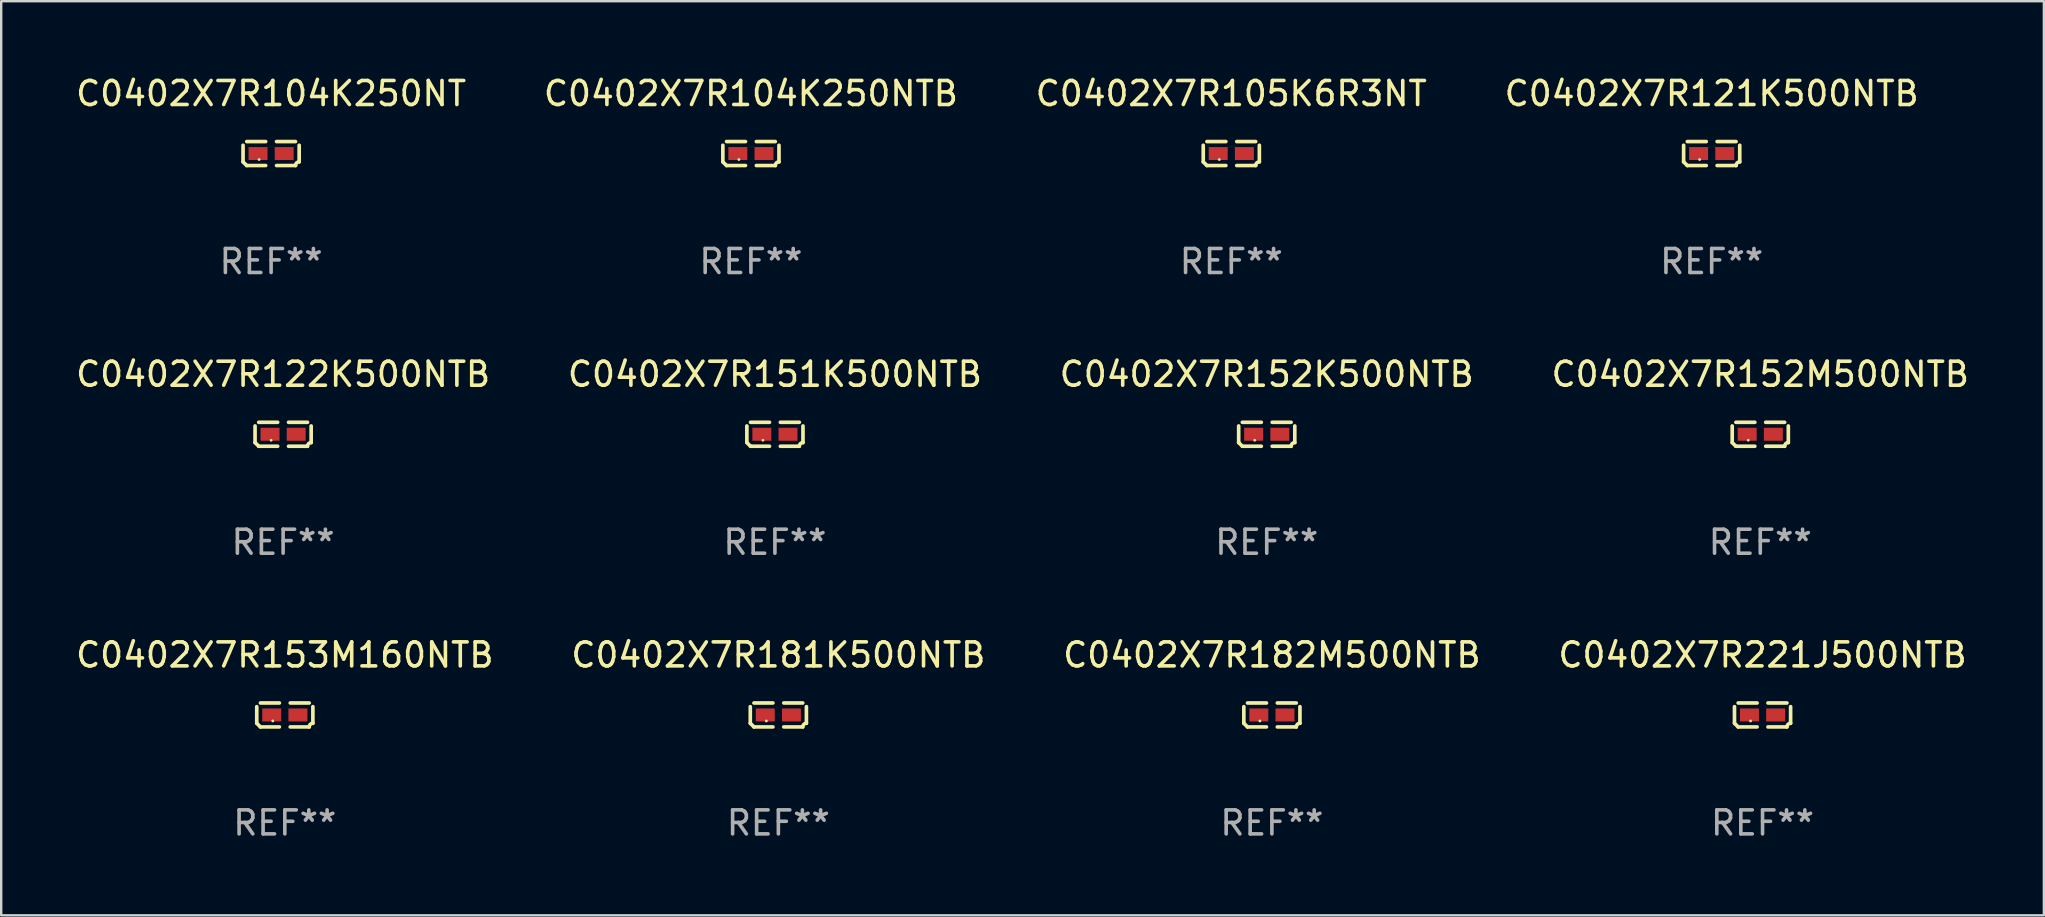
<source format=kicad_pcb>
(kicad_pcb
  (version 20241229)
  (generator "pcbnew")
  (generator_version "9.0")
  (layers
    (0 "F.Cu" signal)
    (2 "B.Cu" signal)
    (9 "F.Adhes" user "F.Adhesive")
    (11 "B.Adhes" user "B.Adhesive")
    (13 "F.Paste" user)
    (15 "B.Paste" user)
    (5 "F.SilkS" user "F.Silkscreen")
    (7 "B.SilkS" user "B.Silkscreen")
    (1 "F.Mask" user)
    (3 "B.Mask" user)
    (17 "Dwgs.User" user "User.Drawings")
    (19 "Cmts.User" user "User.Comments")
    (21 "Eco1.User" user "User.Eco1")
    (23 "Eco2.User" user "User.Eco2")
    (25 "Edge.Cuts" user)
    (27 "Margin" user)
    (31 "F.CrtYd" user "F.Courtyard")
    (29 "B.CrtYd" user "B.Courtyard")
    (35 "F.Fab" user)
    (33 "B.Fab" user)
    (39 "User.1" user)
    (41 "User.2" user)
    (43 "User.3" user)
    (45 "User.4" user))
  (footprint "C0402X7R182M500NTB"
    (layer "F.Cu")
    (at 49.935 26.734)
    (property "Reference" "C0402X7R182M500NTB" (at 0 -2.499 0) (layer "F.SilkS") (effects (font (size 1 1) (thickness 0.15))))
    (attr through_hole)
    (fp_line (start -1.169 0.346) (end -1.169 -0.346) (stroke (width 0.152) (type solid)) (layer "F.SilkS"))
    (fp_line (start -1.016 -0.499) (end -0.226 -0.499) (stroke (width 0.152) (type solid)) (layer "F.SilkS"))
    (fp_line (start -0.226 0.499) (end -1.016 0.499) (stroke (width 0.152) (type solid)) (layer "F.SilkS"))
    (fp_line (start 0.226 0.499) (end 1.016 0.499) (stroke (width 0.152) (type solid)) (layer "F.SilkS"))
    (fp_line (start 1.016 -0.499) (end 0.226 -0.499) (stroke (width 0.152) (type solid)) (layer "F.SilkS"))
    (fp_line (start 1.169 0.346) (end 1.169 -0.346) (stroke (width 0.152) (type solid)) (layer "F.SilkS"))
    (fp_arc (start -1.016307 0.498603) (mid -1.092512 0.422405) (end -1.16871 0.3462) (stroke (width 0.1524) (type solid)) (layer "F.SilkS"))
    (fp_arc (start 1.016307 0.498603) (mid 1.060899 0.390758) (end 1.168707 0.346076) (stroke (width 0.1524) (type solid)) (layer "F.SilkS"))
    (fp_circle (center -0.5 0.25) (end -0.47 0.25) (stroke (width 0.06) (type solid)) (fill no) (layer "F.SilkS"))
    (fp_text user "REF**" (at 0 4.499 0) (layer "F.Fab") (effects (font (size 1 1) (thickness 0.15))))
    (pad "1" smd rect (at -0.545 0) (size 0.79 0.54) (layers "F.Cu" "F.Mask" "F.Paste"))
    (pad "2" smd rect (at 0.545 0) (size 0.79 0.54) (layers "F.Cu" "F.Mask" "F.Paste")))
  (footprint "C0402X7R181K500NTB"
    (layer "F.Cu")
    (at 29.375 26.734)
    (property "Reference" "C0402X7R181K500NTB" (at 0 -2.499 0) (layer "F.SilkS") (effects (font (size 1 1) (thickness 0.15))))
    (attr through_hole)
    (fp_line (start -1.169 0.346) (end -1.169 -0.346) (stroke (width 0.152) (type solid)) (layer "F.SilkS"))
    (fp_line (start -1.016 -0.499) (end -0.226 -0.499) (stroke (width 0.152) (type solid)) (layer "F.SilkS"))
    (fp_line (start -0.226 0.499) (end -1.016 0.499) (stroke (width 0.152) (type solid)) (layer "F.SilkS"))
    (fp_line (start 0.226 0.499) (end 1.016 0.499) (stroke (width 0.152) (type solid)) (layer "F.SilkS"))
    (fp_line (start 1.016 -0.499) (end 0.226 -0.499) (stroke (width 0.152) (type solid)) (layer "F.SilkS"))
    (fp_line (start 1.169 0.346) (end 1.169 -0.346) (stroke (width 0.152) (type solid)) (layer "F.SilkS"))
    (fp_arc (start -1.016307 0.498603) (mid -1.092512 0.422405) (end -1.16871 0.3462) (stroke (width 0.1524) (type solid)) (layer "F.SilkS"))
    (fp_arc (start 1.016307 0.498603) (mid 1.060899 0.390758) (end 1.168707 0.346076) (stroke (width 0.1524) (type solid)) (layer "F.SilkS"))
    (fp_circle (center -0.5 0.25) (end -0.47 0.25) (stroke (width 0.06) (type solid)) (fill no) (layer "F.SilkS"))
    (fp_text user "REF**" (at 0 4.499 0) (layer "F.Fab") (effects (font (size 1 1) (thickness 0.15))))
    (pad "1" smd rect (at -0.545 0) (size 0.79 0.54) (layers "F.Cu" "F.Mask" "F.Paste"))
    (pad "2" smd rect (at 0.545 0) (size 0.79 0.54) (layers "F.Cu" "F.Mask" "F.Paste")))
  (footprint "C0402X7R121K500NTB"
    (layer "F.Cu")
    (at 68.256 3.347)
    (property "Reference" "C0402X7R121K500NTB" (at 0 -2.499 0) (layer "F.SilkS") (effects (font (size 1 1) (thickness 0.15))))
    (attr through_hole)
    (fp_line (start -1.169 0.346) (end -1.169 -0.346) (stroke (width 0.152) (type solid)) (layer "F.SilkS"))
    (fp_line (start -1.016 -0.499) (end -0.226 -0.499) (stroke (width 0.152) (type solid)) (layer "F.SilkS"))
    (fp_line (start -0.226 0.499) (end -1.016 0.499) (stroke (width 0.152) (type solid)) (layer "F.SilkS"))
    (fp_line (start 0.226 0.499) (end 1.016 0.499) (stroke (width 0.152) (type solid)) (layer "F.SilkS"))
    (fp_line (start 1.016 -0.499) (end 0.226 -0.499) (stroke (width 0.152) (type solid)) (layer "F.SilkS"))
    (fp_line (start 1.169 0.346) (end 1.169 -0.346) (stroke (width 0.152) (type solid)) (layer "F.SilkS"))
    (fp_arc (start -1.016307 0.498603) (mid -1.092512 0.422405) (end -1.16871 0.3462) (stroke (width 0.1524) (type solid)) (layer "F.SilkS"))
    (fp_arc (start 1.016307 0.498603) (mid 1.060899 0.390758) (end 1.168707 0.346076) (stroke (width 0.1524) (type solid)) (layer "F.SilkS"))
    (fp_circle (center -0.5 0.25) (end -0.47 0.25) (stroke (width 0.06) (type solid)) (fill no) (layer "F.SilkS"))
    (fp_text user "REF**" (at 0 4.499 0) (layer "F.Fab") (effects (font (size 1 1) (thickness 0.15))))
    (pad "1" smd rect (at -0.545 0) (size 0.79 0.54) (layers "F.Cu" "F.Mask" "F.Paste"))
    (pad "2" smd rect (at 0.545 0) (size 0.79 0.54) (layers "F.Cu" "F.Mask" "F.Paste")))
  (footprint "C0402X7R104K250NTB"
    (layer "F.Cu")
    (at 28.232 3.347)
    (property "Reference" "C0402X7R104K250NTB" (at 0 -2.499 0) (layer "F.SilkS") (effects (font (size 1 1) (thickness 0.15))))
    (attr through_hole)
    (fp_line (start -1.169 0.346) (end -1.169 -0.346) (stroke (width 0.152) (type solid)) (layer "F.SilkS"))
    (fp_line (start -1.016 -0.499) (end -0.226 -0.499) (stroke (width 0.152) (type solid)) (layer "F.SilkS"))
    (fp_line (start -0.226 0.499) (end -1.016 0.499) (stroke (width 0.152) (type solid)) (layer "F.SilkS"))
    (fp_line (start 0.226 0.499) (end 1.016 0.499) (stroke (width 0.152) (type solid)) (layer "F.SilkS"))
    (fp_line (start 1.016 -0.499) (end 0.226 -0.499) (stroke (width 0.152) (type solid)) (layer "F.SilkS"))
    (fp_line (start 1.169 0.346) (end 1.169 -0.346) (stroke (width 0.152) (type solid)) (layer "F.SilkS"))
    (fp_arc (start -1.016307 0.498603) (mid -1.092512 0.422405) (end -1.16871 0.3462) (stroke (width 0.1524) (type solid)) (layer "F.SilkS"))
    (fp_arc (start 1.016307 0.498603) (mid 1.060899 0.390758) (end 1.168707 0.346076) (stroke (width 0.1524) (type solid)) (layer "F.SilkS"))
    (fp_circle (center -0.5 0.25) (end -0.47 0.25) (stroke (width 0.06) (type solid)) (fill no) (layer "F.SilkS"))
    (fp_text user "REF**" (at 0 4.499 0) (layer "F.Fab") (effects (font (size 1 1) (thickness 0.15))))
    (pad "1" smd rect (at -0.545 0) (size 0.79 0.54) (layers "F.Cu" "F.Mask" "F.Paste"))
    (pad "2" smd rect (at 0.545 0) (size 0.79 0.54) (layers "F.Cu" "F.Mask" "F.Paste")))
  (footprint "C0402X7R104K250NT"
    (layer "F.Cu")
    (at 8.244 3.347)
    (property "Reference" "C0402X7R104K250NT" (at 0 -2.499 0) (layer "F.SilkS") (effects (font (size 1 1) (thickness 0.15))))
    (attr through_hole)
    (fp_line (start -1.169 0.346) (end -1.169 -0.346) (stroke (width 0.152) (type solid)) (layer "F.SilkS"))
    (fp_line (start -1.016 -0.499) (end -0.226 -0.499) (stroke (width 0.152) (type solid)) (layer "F.SilkS"))
    (fp_line (start -0.226 0.499) (end -1.016 0.499) (stroke (width 0.152) (type solid)) (layer "F.SilkS"))
    (fp_line (start 0.226 0.499) (end 1.016 0.499) (stroke (width 0.152) (type solid)) (layer "F.SilkS"))
    (fp_line (start 1.016 -0.499) (end 0.226 -0.499) (stroke (width 0.152) (type solid)) (layer "F.SilkS"))
    (fp_line (start 1.169 0.346) (end 1.169 -0.346) (stroke (width 0.152) (type solid)) (layer "F.SilkS"))
    (fp_arc (start -1.016307 0.498603) (mid -1.092512 0.422405) (end -1.16871 0.3462) (stroke (width 0.1524) (type solid)) (layer "F.SilkS"))
    (fp_arc (start 1.016307 0.498603) (mid 1.060899 0.390758) (end 1.168707 0.346076) (stroke (width 0.1524) (type solid)) (layer "F.SilkS"))
    (fp_circle (center -0.5 0.25) (end -0.47 0.25) (stroke (width 0.06) (type solid)) (fill no) (layer "F.SilkS"))
    (fp_text user "REF**" (at 0 4.499 0) (layer "F.Fab") (effects (font (size 1 1) (thickness 0.15))))
    (pad "1" smd rect (at -0.545 0) (size 0.79 0.54) (layers "F.Cu" "F.Mask" "F.Paste"))
    (pad "2" smd rect (at 0.545 0) (size 0.79 0.54) (layers "F.Cu" "F.Mask" "F.Paste")))
  (footprint "C0402X7R153M160NTB"
    (layer "F.Cu")
    (at 8.815 26.734)
    (property "Reference" "C0402X7R153M160NTB" (at 0 -2.499 0) (layer "F.SilkS") (effects (font (size 1 1) (thickness 0.15))))
    (attr through_hole)
    (fp_line (start -1.169 0.346) (end -1.169 -0.346) (stroke (width 0.152) (type solid)) (layer "F.SilkS"))
    (fp_line (start -1.016 -0.499) (end -0.226 -0.499) (stroke (width 0.152) (type solid)) (layer "F.SilkS"))
    (fp_line (start -0.226 0.499) (end -1.016 0.499) (stroke (width 0.152) (type solid)) (layer "F.SilkS"))
    (fp_line (start 0.226 0.499) (end 1.016 0.499) (stroke (width 0.152) (type solid)) (layer "F.SilkS"))
    (fp_line (start 1.016 -0.499) (end 0.226 -0.499) (stroke (width 0.152) (type solid)) (layer "F.SilkS"))
    (fp_line (start 1.169 0.346) (end 1.169 -0.346) (stroke (width 0.152) (type solid)) (layer "F.SilkS"))
    (fp_arc (start -1.016307 0.498603) (mid -1.092512 0.422405) (end -1.16871 0.3462) (stroke (width 0.1524) (type solid)) (layer "F.SilkS"))
    (fp_arc (start 1.016307 0.498603) (mid 1.060899 0.390758) (end 1.168707 0.346076) (stroke (width 0.1524) (type solid)) (layer "F.SilkS"))
    (fp_circle (center -0.5 0.25) (end -0.47 0.25) (stroke (width 0.06) (type solid)) (fill no) (layer "F.SilkS"))
    (fp_text user "REF**" (at 0 4.499 0) (layer "F.Fab") (effects (font (size 1 1) (thickness 0.15))))
    (pad "1" smd rect (at -0.545 0) (size 0.79 0.54) (layers "F.Cu" "F.Mask" "F.Paste"))
    (pad "2" smd rect (at 0.545 0) (size 0.79 0.54) (layers "F.Cu" "F.Mask" "F.Paste")))
  (footprint "C0402X7R122K500NTB"
    (layer "F.Cu")
    (at 8.744 15.041)
    (property "Reference" "C0402X7R122K500NTB" (at 0 -2.499 0) (layer "F.SilkS") (effects (font (size 1 1) (thickness 0.15))))
    (attr through_hole)
    (fp_line (start -1.169 0.346) (end -1.169 -0.346) (stroke (width 0.152) (type solid)) (layer "F.SilkS"))
    (fp_line (start -1.016 -0.499) (end -0.226 -0.499) (stroke (width 0.152) (type solid)) (layer "F.SilkS"))
    (fp_line (start -0.226 0.499) (end -1.016 0.499) (stroke (width 0.152) (type solid)) (layer "F.SilkS"))
    (fp_line (start 0.226 0.499) (end 1.016 0.499) (stroke (width 0.152) (type solid)) (layer "F.SilkS"))
    (fp_line (start 1.016 -0.499) (end 0.226 -0.499) (stroke (width 0.152) (type solid)) (layer "F.SilkS"))
    (fp_line (start 1.169 0.346) (end 1.169 -0.346) (stroke (width 0.152) (type solid)) (layer "F.SilkS"))
    (fp_arc (start -1.016307 0.498603) (mid -1.092512 0.422405) (end -1.16871 0.3462) (stroke (width 0.1524) (type solid)) (layer "F.SilkS"))
    (fp_arc (start 1.016307 0.498603) (mid 1.060899 0.390758) (end 1.168707 0.346076) (stroke (width 0.1524) (type solid)) (layer "F.SilkS"))
    (fp_circle (center -0.5 0.25) (end -0.47 0.25) (stroke (width 0.06) (type solid)) (fill no) (layer "F.SilkS"))
    (fp_text user "REF**" (at 0 4.499 0) (layer "F.Fab") (effects (font (size 1 1) (thickness 0.15))))
    (pad "1" smd rect (at -0.545 0) (size 0.79 0.54) (layers "F.Cu" "F.Mask" "F.Paste"))
    (pad "2" smd rect (at 0.545 0) (size 0.79 0.54) (layers "F.Cu" "F.Mask" "F.Paste")))
  (footprint "C0402X7R105K6R3NT"
    (layer "F.Cu")
    (at 48.244 3.347)
    (property "Reference" "C0402X7R105K6R3NT" (at 0 -2.499 0) (layer "F.SilkS") (effects (font (size 1 1) (thickness 0.15))))
    (attr through_hole)
    (fp_line (start -1.169 0.346) (end -1.169 -0.346) (stroke (width 0.152) (type solid)) (layer "F.SilkS"))
    (fp_line (start -1.016 -0.499) (end -0.226 -0.499) (stroke (width 0.152) (type solid)) (layer "F.SilkS"))
    (fp_line (start -0.226 0.499) (end -1.016 0.499) (stroke (width 0.152) (type solid)) (layer "F.SilkS"))
    (fp_line (start 0.226 0.499) (end 1.016 0.499) (stroke (width 0.152) (type solid)) (layer "F.SilkS"))
    (fp_line (start 1.016 -0.499) (end 0.226 -0.499) (stroke (width 0.152) (type solid)) (layer "F.SilkS"))
    (fp_line (start 1.169 0.346) (end 1.169 -0.346) (stroke (width 0.152) (type solid)) (layer "F.SilkS"))
    (fp_arc (start -1.016307 0.498603) (mid -1.092512 0.422405) (end -1.16871 0.3462) (stroke (width 0.1524) (type solid)) (layer "F.SilkS"))
    (fp_arc (start 1.016307 0.498603) (mid 1.060899 0.390758) (end 1.168707 0.346076) (stroke (width 0.1524) (type solid)) (layer "F.SilkS"))
    (fp_circle (center -0.5 0.25) (end -0.47 0.25) (stroke (width 0.06) (type solid)) (fill no) (layer "F.SilkS"))
    (fp_text user "REF**" (at 0 4.499 0) (layer "F.Fab") (effects (font (size 1 1) (thickness 0.15))))
    (pad "1" smd rect (at -0.545 0) (size 0.79 0.54) (layers "F.Cu" "F.Mask" "F.Paste"))
    (pad "2" smd rect (at 0.545 0) (size 0.79 0.54) (layers "F.Cu" "F.Mask" "F.Paste")))
  (footprint "C0402X7R152K500NTB"
    (layer "F.Cu")
    (at 49.72 15.041)
    (property "Reference" "C0402X7R152K500NTB" (at 0 -2.499 0) (layer "F.SilkS") (effects (font (size 1 1) (thickness 0.15))))
    (attr through_hole)
    (fp_line (start -1.169 0.346) (end -1.169 -0.346) (stroke (width 0.152) (type solid)) (layer "F.SilkS"))
    (fp_line (start -1.016 -0.499) (end -0.226 -0.499) (stroke (width 0.152) (type solid)) (layer "F.SilkS"))
    (fp_line (start -0.226 0.499) (end -1.016 0.499) (stroke (width 0.152) (type solid)) (layer "F.SilkS"))
    (fp_line (start 0.226 0.499) (end 1.016 0.499) (stroke (width 0.152) (type solid)) (layer "F.SilkS"))
    (fp_line (start 1.016 -0.499) (end 0.226 -0.499) (stroke (width 0.152) (type solid)) (layer "F.SilkS"))
    (fp_line (start 1.169 0.346) (end 1.169 -0.346) (stroke (width 0.152) (type solid)) (layer "F.SilkS"))
    (fp_arc (start -1.016307 0.498603) (mid -1.092512 0.422405) (end -1.16871 0.3462) (stroke (width 0.1524) (type solid)) (layer "F.SilkS"))
    (fp_arc (start 1.016307 0.498603) (mid 1.060899 0.390758) (end 1.168707 0.346076) (stroke (width 0.1524) (type solid)) (layer "F.SilkS"))
    (fp_circle (center -0.5 0.25) (end -0.47 0.25) (stroke (width 0.06) (type solid)) (fill no) (layer "F.SilkS"))
    (fp_text user "REF**" (at 0 4.499 0) (layer "F.Fab") (effects (font (size 1 1) (thickness 0.15))))
    (pad "1" smd rect (at -0.545 0) (size 0.79 0.54) (layers "F.Cu" "F.Mask" "F.Paste"))
    (pad "2" smd rect (at 0.545 0) (size 0.79 0.54) (layers "F.Cu" "F.Mask" "F.Paste")))
  (footprint "C0402X7R151K500NTB"
    (layer "F.Cu")
    (at 29.232 15.041)
    (property "Reference" "C0402X7R151K500NTB" (at 0 -2.499 0) (layer "F.SilkS") (effects (font (size 1 1) (thickness 0.15))))
    (attr through_hole)
    (fp_line (start -1.169 0.346) (end -1.169 -0.346) (stroke (width 0.152) (type solid)) (layer "F.SilkS"))
    (fp_line (start -1.016 -0.499) (end -0.226 -0.499) (stroke (width 0.152) (type solid)) (layer "F.SilkS"))
    (fp_line (start -0.226 0.499) (end -1.016 0.499) (stroke (width 0.152) (type solid)) (layer "F.SilkS"))
    (fp_line (start 0.226 0.499) (end 1.016 0.499) (stroke (width 0.152) (type solid)) (layer "F.SilkS"))
    (fp_line (start 1.016 -0.499) (end 0.226 -0.499) (stroke (width 0.152) (type solid)) (layer "F.SilkS"))
    (fp_line (start 1.169 0.346) (end 1.169 -0.346) (stroke (width 0.152) (type solid)) (layer "F.SilkS"))
    (fp_arc (start -1.016307 0.498603) (mid -1.092512 0.422405) (end -1.16871 0.3462) (stroke (width 0.1524) (type solid)) (layer "F.SilkS"))
    (fp_arc (start 1.016307 0.498603) (mid 1.060899 0.390758) (end 1.168707 0.346076) (stroke (width 0.1524) (type solid)) (layer "F.SilkS"))
    (fp_circle (center -0.5 0.25) (end -0.47 0.25) (stroke (width 0.06) (type solid)) (fill no) (layer "F.SilkS"))
    (fp_text user "REF**" (at 0 4.499 0) (layer "F.Fab") (effects (font (size 1 1) (thickness 0.15))))
    (pad "1" smd rect (at -0.545 0) (size 0.79 0.54) (layers "F.Cu" "F.Mask" "F.Paste"))
    (pad "2" smd rect (at 0.545 0) (size 0.79 0.54) (layers "F.Cu" "F.Mask" "F.Paste")))
  (footprint "C0402X7R221J500NTB"
    (layer "F.Cu")
    (at 70.375 26.734)
    (property "Reference" "C0402X7R221J500NTB" (at 0 -2.499 0) (layer "F.SilkS") (effects (font (size 1 1) (thickness 0.15))))
    (attr through_hole)
    (fp_line (start -1.169 0.346) (end -1.169 -0.346) (stroke (width 0.152) (type solid)) (layer "F.SilkS"))
    (fp_line (start -1.016 -0.499) (end -0.226 -0.499) (stroke (width 0.152) (type solid)) (layer "F.SilkS"))
    (fp_line (start -0.226 0.499) (end -1.016 0.499) (stroke (width 0.152) (type solid)) (layer "F.SilkS"))
    (fp_line (start 0.226 0.499) (end 1.016 0.499) (stroke (width 0.152) (type solid)) (layer "F.SilkS"))
    (fp_line (start 1.016 -0.499) (end 0.226 -0.499) (stroke (width 0.152) (type solid)) (layer "F.SilkS"))
    (fp_line (start 1.169 0.346) (end 1.169 -0.346) (stroke (width 0.152) (type solid)) (layer "F.SilkS"))
    (fp_arc (start -1.016307 0.498603) (mid -1.092512 0.422405) (end -1.16871 0.3462) (stroke (width 0.1524) (type solid)) (layer "F.SilkS"))
    (fp_arc (start 1.016307 0.498603) (mid 1.060899 0.390758) (end 1.168707 0.346076) (stroke (width 0.1524) (type solid)) (layer "F.SilkS"))
    (fp_circle (center -0.5 0.25) (end -0.47 0.25) (stroke (width 0.06) (type solid)) (fill no) (layer "F.SilkS"))
    (fp_text user "REF**" (at 0 4.499 0) (layer "F.Fab") (effects (font (size 1 1) (thickness 0.15))))
    (pad "1" smd rect (at -0.545 0) (size 0.79 0.54) (layers "F.Cu" "F.Mask" "F.Paste"))
    (pad "2" smd rect (at 0.545 0) (size 0.79 0.54) (layers "F.Cu" "F.Mask" "F.Paste")))
  (footprint "C0402X7R152M500NTB"
    (layer "F.Cu")
    (at 70.28 15.041)
    (property "Reference" "C0402X7R152M500NTB" (at 0 -2.499 0) (layer "F.SilkS") (effects (font (size 1 1) (thickness 0.15))))
    (attr through_hole)
    (fp_line (start -1.169 0.346) (end -1.169 -0.346) (stroke (width 0.152) (type solid)) (layer "F.SilkS"))
    (fp_line (start -1.016 -0.499) (end -0.226 -0.499) (stroke (width 0.152) (type solid)) (layer "F.SilkS"))
    (fp_line (start -0.226 0.499) (end -1.016 0.499) (stroke (width 0.152) (type solid)) (layer "F.SilkS"))
    (fp_line (start 0.226 0.499) (end 1.016 0.499) (stroke (width 0.152) (type solid)) (layer "F.SilkS"))
    (fp_line (start 1.016 -0.499) (end 0.226 -0.499) (stroke (width 0.152) (type solid)) (layer "F.SilkS"))
    (fp_line (start 1.169 0.346) (end 1.169 -0.346) (stroke (width 0.152) (type solid)) (layer "F.SilkS"))
    (fp_arc (start -1.016307 0.498603) (mid -1.092512 0.422405) (end -1.16871 0.3462) (stroke (width 0.1524) (type solid)) (layer "F.SilkS"))
    (fp_arc (start 1.016307 0.498603) (mid 1.060899 0.390758) (end 1.168707 0.346076) (stroke (width 0.1524) (type solid)) (layer "F.SilkS"))
    (fp_circle (center -0.5 0.25) (end -0.47 0.25) (stroke (width 0.06) (type solid)) (fill no) (layer "F.SilkS"))
    (fp_text user "REF**" (at 0 4.499 0) (layer "F.Fab") (effects (font (size 1 1) (thickness 0.15))))
    (pad "1" smd rect (at -0.545 0) (size 0.79 0.54) (layers "F.Cu" "F.Mask" "F.Paste"))
    (pad "2" smd rect (at 0.545 0) (size 0.79 0.54) (layers "F.Cu" "F.Mask" "F.Paste")))
  (gr_rect
    (start -3 -3)
    (end 82.095 35.081)
    (stroke (width 0.1) (type default))
    (fill no)
    (layer "Edge.Cuts")))
</source>
